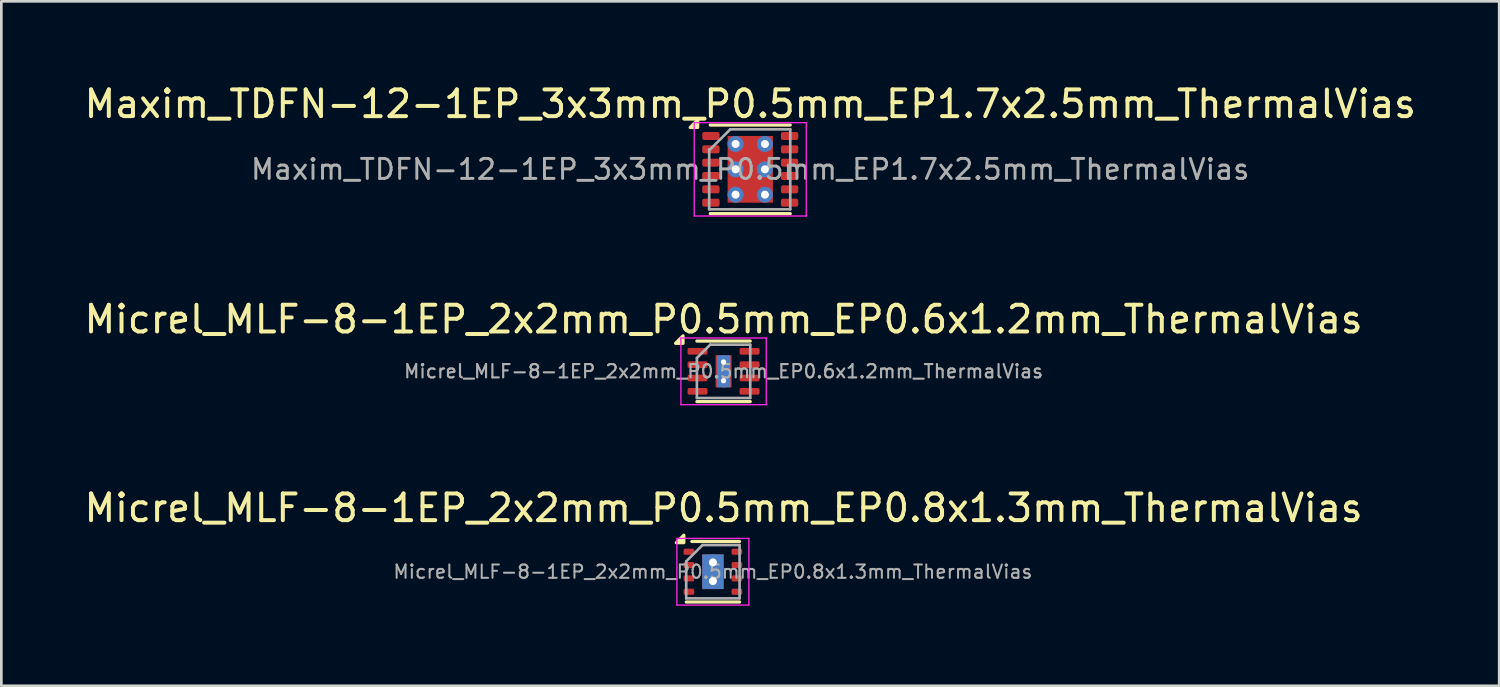
<source format=kicad_pcb>
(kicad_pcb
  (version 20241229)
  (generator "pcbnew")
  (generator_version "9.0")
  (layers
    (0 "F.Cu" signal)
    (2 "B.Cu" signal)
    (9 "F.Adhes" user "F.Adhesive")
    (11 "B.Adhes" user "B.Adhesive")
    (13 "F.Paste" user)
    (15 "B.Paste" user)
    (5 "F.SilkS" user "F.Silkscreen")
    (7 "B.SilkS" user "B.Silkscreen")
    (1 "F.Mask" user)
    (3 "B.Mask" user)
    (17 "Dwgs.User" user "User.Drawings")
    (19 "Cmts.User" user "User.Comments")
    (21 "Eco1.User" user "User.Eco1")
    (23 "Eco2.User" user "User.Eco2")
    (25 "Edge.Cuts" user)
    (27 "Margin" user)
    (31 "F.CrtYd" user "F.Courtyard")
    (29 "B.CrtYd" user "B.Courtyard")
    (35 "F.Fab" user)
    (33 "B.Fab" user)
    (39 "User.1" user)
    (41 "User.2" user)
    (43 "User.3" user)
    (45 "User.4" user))
  (footprint "Micrel_MLF-8-1EP_2x2mm_P0.5mm_EP0.8x1.3mm_ThermalVias"
    (layer "F.Cu")
    (at 23.677 18.385)
    (property "Reference" "Micrel_MLF-8-1EP_2x2mm_P0.5mm_EP0.8x1.3mm_ThermalVias" (at 0.4 -2.39 0) (layer "F.SilkS") (effects (font (size 1 1) (thickness 0.15))))
    (attr smd)
    (fp_line (start -1 1.135) (end 1 1.135) (stroke (width 0.12) (type solid)) (layer "F.SilkS"))
    (fp_line (start -0.79 -1.135) (end 1 -1.135) (stroke (width 0.12) (type solid)) (layer "F.SilkS"))
    (fp_poly (pts (xy -1.09 -1.09) (xy -1.37 -1.09) (xy -1.09 -1.37) (xy -1.09 -1.09)) (stroke (width 0.12) (type solid)) (fill yes) (layer "F.SilkS"))
    (fp_line (start -1.35 -1.25) (end -1.35 1.25) (stroke (width 0.05) (type solid)) (layer "F.CrtYd"))
    (fp_line (start -1.35 -1.25) (end 1.35 -1.25) (stroke (width 0.05) (type solid)) (layer "F.CrtYd"))
    (fp_line (start 1.35 1.25) (end -1.35 1.25) (stroke (width 0.05) (type solid)) (layer "F.CrtYd"))
    (fp_line (start 1.35 1.25) (end 1.35 -1.25) (stroke (width 0.05) (type solid)) (layer "F.CrtYd"))
    (fp_line (start -1 -0.39) (end -0.39 -1) (stroke (width 0.1) (type solid)) (layer "F.Fab"))
    (fp_line (start -1 -0.38) (end -1 1) (stroke (width 0.1) (type solid)) (layer "F.Fab"))
    (fp_line (start -0.39 -1) (end 1 -1) (stroke (width 0.1) (type solid)) (layer "F.Fab"))
    (fp_line (start 1 1) (end -1 1) (stroke (width 0.1) (type solid)) (layer "F.Fab"))
    (fp_line (start 1 1) (end 1 -1) (stroke (width 0.1) (type solid)) (layer "F.Fab"))
    (fp_text user "${REFERENCE}" (at 0 0 0) (layer "F.Fab") (effects (font (size 0.5 0.5) (thickness 0.075))))
    (pad "" smd roundrect (at 0 -0.35) (size 0.55 0.55) (layers "F.Paste") (roundrect_rratio 0.25))
    (pad "" smd roundrect (at 0 0.35) (size 0.55 0.55) (layers "F.Paste") (roundrect_rratio 0.25))
    (pad "1" smd roundrect (at -0.9 -0.75) (size 0.4 0.23) (layers "F.Cu" "F.Mask" "F.Paste") (roundrect_rratio 0.25))
    (pad "2" smd roundrect (at -0.9 -0.25) (size 0.4 0.23) (layers "F.Cu" "F.Mask" "F.Paste") (roundrect_rratio 0.25))
    (pad "3" smd roundrect (at -0.9 0.25) (size 0.4 0.23) (layers "F.Cu" "F.Mask" "F.Paste") (roundrect_rratio 0.25))
    (pad "4" smd roundrect (at -0.9 0.75) (size 0.4 0.23) (layers "F.Cu" "F.Mask" "F.Paste") (roundrect_rratio 0.25))
    (pad "5" smd roundrect (at 0.9 0.75) (size 0.4 0.23) (layers "F.Cu" "F.Mask" "F.Paste") (roundrect_rratio 0.25))
    (pad "6" smd roundrect (at 0.9 0.25) (size 0.4 0.23) (layers "F.Cu" "F.Mask" "F.Paste") (roundrect_rratio 0.25))
    (pad "7" smd roundrect (at 0.9 -0.25) (size 0.4 0.23) (layers "F.Cu" "F.Mask" "F.Paste") (roundrect_rratio 0.25))
    (pad "8" smd roundrect (at 0.9 -0.75) (size 0.4 0.23) (layers "F.Cu" "F.Mask" "F.Paste") (roundrect_rratio 0.25))
    (pad "9" thru_hole circle (at 0 -0.35) (size 0.6 0.6) (drill 0.3) (layers "*.Cu"))
    (pad "9" smd rect (at 0 0) (size 0.8 1.3) (layers "F.Cu" "F.Mask"))
    (pad "9" smd rect (at 0 0) (size 0.8 1.3) (layers "B.Cu"))
    (pad "9" thru_hole circle (at 0 0.35) (size 0.6 0.6) (drill 0.3) (layers "*.Cu")))
  (footprint "Micrel_MLF-8-1EP_2x2mm_P0.5mm_EP0.6x1.2mm_ThermalVias"
    (layer "F.Cu")
    (at 24.077 10.871)
    (property "Reference" "Micrel_MLF-8-1EP_2x2mm_P0.5mm_EP0.6x1.2mm_ThermalVias" (at 0 -1.95 0) (layer "F.SilkS") (effects (font (size 1 1) (thickness 0.15))))
    (attr smd)
    (fp_line (start -1 -1.135) (end 1 -1.135) (stroke (width 0.12) (type solid)) (layer "F.SilkS"))
    (fp_line (start -1 1.135) (end 1 1.135) (stroke (width 0.12) (type solid)) (layer "F.SilkS"))
    (fp_poly (pts (xy -1.52 -1.05) (xy -1.8 -1.05) (xy -1.52 -1.33) (xy -1.52 -1.05)) (stroke (width 0.12) (type solid)) (fill yes) (layer "F.SilkS"))
    (fp_line (start -1.6 -1.25) (end -1.6 1.25) (stroke (width 0.05) (type solid)) (layer "F.CrtYd"))
    (fp_line (start -1.6 1.25) (end 1.6 1.25) (stroke (width 0.05) (type solid)) (layer "F.CrtYd"))
    (fp_line (start 1.6 -1.25) (end -1.6 -1.25) (stroke (width 0.05) (type solid)) (layer "F.CrtYd"))
    (fp_line (start 1.6 1.25) (end 1.6 -1.25) (stroke (width 0.05) (type solid)) (layer "F.CrtYd"))
    (fp_line (start -1 -0.5) (end -0.5 -1) (stroke (width 0.1) (type solid)) (layer "F.Fab"))
    (fp_line (start -1 1) (end -1 -0.5) (stroke (width 0.1) (type solid)) (layer "F.Fab"))
    (fp_line (start -0.5 -1) (end 1 -1) (stroke (width 0.1) (type solid)) (layer "F.Fab"))
    (fp_line (start 1 -1) (end 1 1) (stroke (width 0.1) (type solid)) (layer "F.Fab"))
    (fp_line (start 1 1) (end -1 1) (stroke (width 0.1) (type solid)) (layer "F.Fab"))
    (fp_text user "${REFERENCE}" (at 0 0 0) (layer "F.Fab") (effects (font (size 0.5 0.5) (thickness 0.08))))
    (pad "" smd roundrect (at -0.18 -0.3) (size 0.24 0.48) (layers "F.Paste") (roundrect_rratio 0.25))
    (pad "" smd roundrect (at -0.18 0.3) (size 0.24 0.48) (layers "F.Paste") (roundrect_rratio 0.25))
    (pad "" smd roundrect (at 0.18 -0.3) (size 0.24 0.48) (layers "F.Paste") (roundrect_rratio 0.25))
    (pad "" smd roundrect (at 0.18 0.3) (size 0.24 0.48) (layers "F.Paste") (roundrect_rratio 0.25))
    (pad "1" smd roundrect (at -0.975 -0.75) (size 0.75 0.25) (layers "F.Cu" "F.Mask" "F.Paste") (roundrect_rratio 0.25))
    (pad "2" smd roundrect (at -0.975 -0.25) (size 0.75 0.25) (layers "F.Cu" "F.Mask" "F.Paste") (roundrect_rratio 0.25))
    (pad "3" smd roundrect (at -0.975 0.25) (size 0.75 0.25) (layers "F.Cu" "F.Mask" "F.Paste") (roundrect_rratio 0.25))
    (pad "4" smd roundrect (at -0.975 0.75) (size 0.75 0.25) (layers "F.Cu" "F.Mask" "F.Paste") (roundrect_rratio 0.25))
    (pad "5" smd roundrect (at 0.975 0.75) (size 0.75 0.25) (layers "F.Cu" "F.Mask" "F.Paste") (roundrect_rratio 0.25))
    (pad "6" smd roundrect (at 0.975 0.25) (size 0.75 0.25) (layers "F.Cu" "F.Mask" "F.Paste") (roundrect_rratio 0.25))
    (pad "7" smd roundrect (at 0.975 -0.25) (size 0.75 0.25) (layers "F.Cu" "F.Mask" "F.Paste") (roundrect_rratio 0.25))
    (pad "8" smd roundrect (at 0.975 -0.75) (size 0.75 0.25) (layers "F.Cu" "F.Mask" "F.Paste") (roundrect_rratio 0.25))
    (pad "9" thru_hole circle (at 0 -0.35) (size 0.5 0.5) (drill 0.2) (property pad_prop_heatsink) (layers "*.Cu"))
    (pad "9" smd rect (at 0 0) (size 0.5 1.2) (property pad_prop_heatsink) (layers "B.Cu"))
    (pad "9" smd rect (at 0 0) (size 0.6 1.2) (property pad_prop_heatsink) (layers "F.Cu" "F.Mask"))
    (pad "9" thru_hole circle (at 0 0.35) (size 0.5 0.5) (drill 0.2) (property pad_prop_heatsink) (layers "*.Cu")))
  (footprint "Maxim_TDFN-12-1EP_3x3mm_P0.5mm_EP1.7x2.5mm_ThermalVias"
    (layer "F.Cu")
    (at 25.077 3.298)
    (property "Reference" "Maxim_TDFN-12-1EP_3x3mm_P0.5mm_EP1.7x2.5mm_ThermalVias" (at 0 -2.45 0) (layer "F.SilkS") (effects (font (size 1 1) (thickness 0.15))))
    (attr smd)
    (fp_line (start -1.5 -1.66) (end 1.5 -1.66) (stroke (width 0.12) (type solid)) (layer "F.SilkS"))
    (fp_line (start -1.5 1.66) (end 1.5 1.66) (stroke (width 0.12) (type solid)) (layer "F.SilkS"))
    (fp_poly (pts (xy -1.97 -1.57) (xy -2.25 -1.57) (xy -1.97 -1.85) (xy -1.97 -1.57)) (stroke (width 0.12) (type solid)) (fill yes) (layer "F.SilkS"))
    (fp_line (start -2.1 -1.75) (end -2.1 1.75) (stroke (width 0.05) (type solid)) (layer "F.CrtYd"))
    (fp_line (start -2.1 1.75) (end 2.1 1.75) (stroke (width 0.05) (type solid)) (layer "F.CrtYd"))
    (fp_line (start 2.1 -1.75) (end -2.1 -1.75) (stroke (width 0.05) (type solid)) (layer "F.CrtYd"))
    (fp_line (start 2.1 1.75) (end 2.1 -1.75) (stroke (width 0.05) (type solid)) (layer "F.CrtYd"))
    (fp_line (start -1.54 1.5) (end -1.54 -0.75) (stroke (width 0.1) (type solid)) (layer "F.Fab"))
    (fp_line (start -1.5 -0.75) (end -0.75 -1.5) (stroke (width 0.1) (type solid)) (layer "F.Fab"))
    (fp_line (start -0.75 -1.5) (end 1.5 -1.5) (stroke (width 0.1) (type solid)) (layer "F.Fab"))
    (fp_line (start 1.5 -1.5) (end 1.5 1.5) (stroke (width 0.1) (type solid)) (layer "F.Fab"))
    (fp_line (start 1.5 1.5) (end -1.54 1.5) (stroke (width 0.1) (type solid)) (layer "F.Fab"))
    (fp_text user "${REFERENCE}" (at 0 0 0) (layer "F.Fab") (effects (font (size 0.75 0.75) (thickness 0.11))))
    (pad "" smd roundrect (at -0.4 -0.625) (size 0.64 1.01) (layers "F.Paste") (roundrect_rratio 0.25))
    (pad "" smd roundrect (at -0.4 0.625) (size 0.64 1.01) (layers "F.Paste") (roundrect_rratio 0.25))
    (pad "" smd roundrect (at 0.4 -0.625) (size 0.64 1.01) (layers "F.Paste") (roundrect_rratio 0.25))
    (pad "" smd roundrect (at 0.4 0.625) (size 0.64 1.01) (layers "F.Paste") (roundrect_rratio 0.25))
    (pad "1" smd roundrect (at -1.475 -1.25) (size 0.65 0.3) (layers "F.Cu" "F.Mask" "F.Paste") (roundrect_rratio 0.25))
    (pad "2" smd roundrect (at -1.475 -0.75) (size 0.65 0.3) (layers "F.Cu" "F.Mask" "F.Paste") (roundrect_rratio 0.25))
    (pad "3" smd roundrect (at -1.475 -0.25) (size 0.65 0.3) (layers "F.Cu" "F.Mask" "F.Paste") (roundrect_rratio 0.25))
    (pad "4" smd roundrect (at -1.475 0.25) (size 0.65 0.3) (layers "F.Cu" "F.Mask" "F.Paste") (roundrect_rratio 0.25))
    (pad "5" smd roundrect (at -1.475 0.75) (size 0.65 0.3) (layers "F.Cu" "F.Mask" "F.Paste") (roundrect_rratio 0.25))
    (pad "6" smd roundrect (at -1.475 1.25) (size 0.65 0.3) (layers "F.Cu" "F.Mask" "F.Paste") (roundrect_rratio 0.25))
    (pad "7" smd roundrect (at 1.475 1.25) (size 0.65 0.3) (layers "F.Cu" "F.Mask" "F.Paste") (roundrect_rratio 0.25))
    (pad "8" smd roundrect (at 1.475 0.75) (size 0.65 0.3) (layers "F.Cu" "F.Mask" "F.Paste") (roundrect_rratio 0.25))
    (pad "9" smd roundrect (at 1.475 0.25) (size 0.65 0.3) (layers "F.Cu" "F.Mask" "F.Paste") (roundrect_rratio 0.25))
    (pad "10" smd roundrect (at 1.475 -0.25) (size 0.65 0.3) (layers "F.Cu" "F.Mask" "F.Paste") (roundrect_rratio 0.25))
    (pad "11" smd roundrect (at 1.475 -0.75) (size 0.65 0.3) (layers "F.Cu" "F.Mask" "F.Paste") (roundrect_rratio 0.25))
    (pad "12" smd roundrect (at 1.475 -1.25) (size 0.65 0.3) (layers "F.Cu" "F.Mask" "F.Paste") (roundrect_rratio 0.25))
    (pad "13" thru_hole circle (at -0.55 -0.95) (size 0.6 0.6) (drill 0.3) (layers "*.Cu"))
    (pad "13" thru_hole circle (at -0.55 0) (size 0.6 0.6) (drill 0.3) (layers "*.Cu"))
    (pad "13" thru_hole circle (at -0.55 0.95) (size 0.6 0.6) (drill 0.3) (layers "*.Cu"))
    (pad "13" smd rect (at 0 0) (size 1.7 2.5) (layers "F.Cu" "F.Mask"))
    (pad "13" thru_hole circle (at 0.55 -0.95) (size 0.6 0.6) (drill 0.3) (layers "*.Cu"))
    (pad "13" thru_hole circle (at 0.55 0) (size 0.6 0.6) (drill 0.3) (layers "*.Cu"))
    (pad "13" thru_hole circle (at 0.55 0.95) (size 0.6 0.6) (drill 0.3) (layers "*.Cu")))
  (gr_rect
    (start -3 -3)
    (end 53.155 22.66)
    (stroke (width 0.1) (type default))
    (fill no)
    (layer "Edge.Cuts")))
</source>
